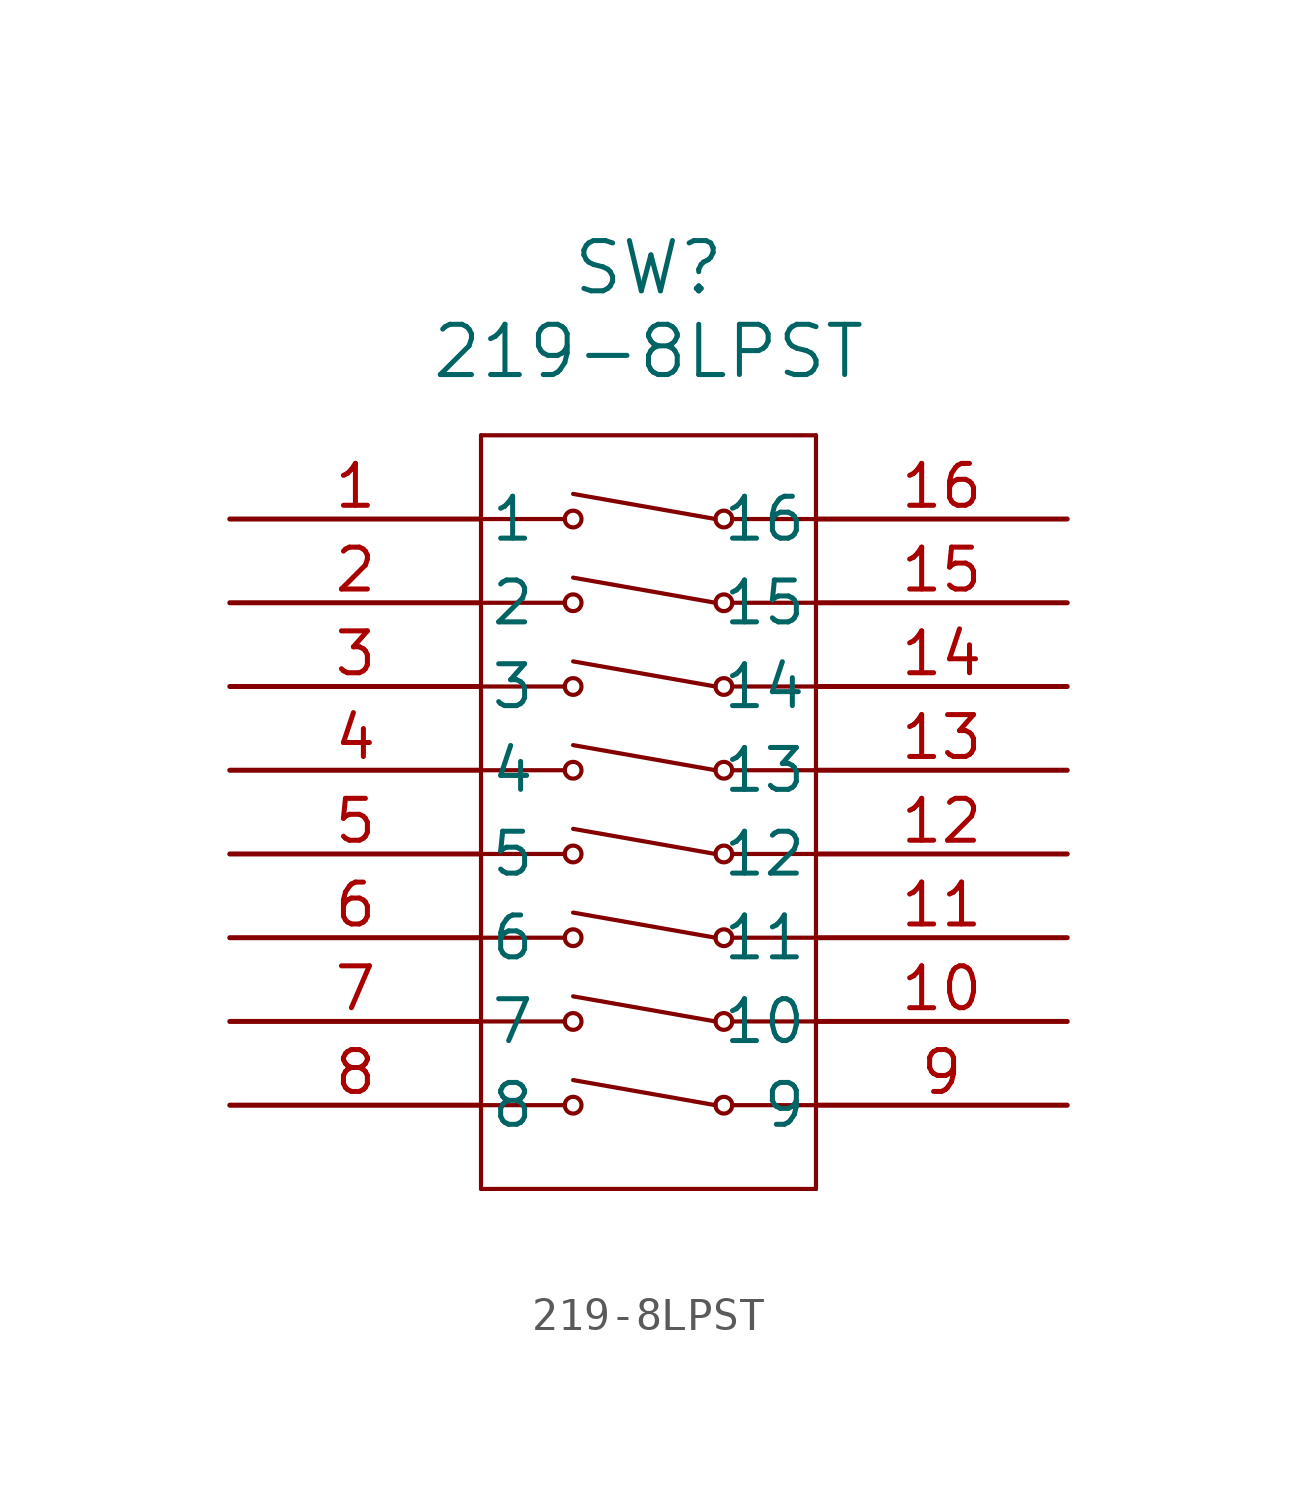
<source format=kicad_sym>
(kicad_symbol_lib
  (version 20211014)
  (generator kicad_symbol_editor)
  (symbol "219-8LPST"
    (pin_names
      (offset 0.254))
    (property "Reference" "SW"
      (at 12.7 7.62 0)
      (effects (font (size 1.524 1.524))))
    (property "Value" "219-8LPST"
      (at 12.7 5.08 0)
      (effects (font (size 1.524 1.524))))
    (symbol "219-8LPST_0_1"
      (polyline (pts (xy 7.62 2.54) (xy 7.62 -20.32)) (stroke (width 0.127) (type default) (color 0 0 0 0)) (fill (type none)))
      (polyline (pts (xy 7.62 0) (xy 10.16 0)) (stroke (width 0.127) (type default) (color 0 0 0 0)) (fill (type none)))
      (polyline (pts (xy 17.78 -20.32) (xy 17.78 2.54)) (stroke (width 0.127) (type default) (color 0 0 0 0)) (fill (type none)))
      (polyline (pts (xy 17.78 2.54) (xy 7.62 2.54)) (stroke (width 0.127) (type default) (color 0 0 0 0)) (fill (type none)))
      (polyline (pts (xy 15.24 0) (xy 17.78 0)) (stroke (width 0.127) (type default) (color 0 0 0 0)) (fill (type none)))
      (circle (center 10.414 0) (radius 0.254) (stroke (width 0.127) (type default) (color 0 0 0 0)) (fill (type none)))
      (circle (center 14.986 0) (radius 0.254) (stroke (width 0.127) (type default) (color 0 0 0 0)) (fill (type none)))
      (polyline (pts (xy 14.732 0) (xy 10.414 0.762)) (stroke (width 0.127) (type default) (color 0 0 0 0)) (fill (type none)))
      (polyline (pts (xy 7.62 -20.32) (xy 17.78 -20.32)) (stroke (width 0.127) (type default) (color 0 0 0 0)) (fill (type none)))
      (polyline (pts (xy 7.62 -2.54) (xy 10.16 -2.54)) (stroke (width 0.127) (type default) (color 0 0 0 0)) (fill (type none)))
      (polyline (pts (xy 15.24 -2.54) (xy 17.78 -2.54)) (stroke (width 0.127) (type default) (color 0 0 0 0)) (fill (type none)))
      (circle (center 10.414 -2.54) (radius 0.254) (stroke (width 0.127) (type default) (color 0 0 0 0)) (fill (type none)))
      (circle (center 14.986 -2.54) (radius 0.254) (stroke (width 0.127) (type default) (color 0 0 0 0)) (fill (type none)))
      (polyline (pts (xy 14.732 -2.54) (xy 10.414 -1.778)) (stroke (width 0.127) (type default) (color 0 0 0 0)) (fill (type none)))
      (polyline (pts (xy 7.62 -5.08) (xy 10.16 -5.08)) (stroke (width 0.127) (type default) (color 0 0 0 0)) (fill (type none)))
      (polyline (pts (xy 15.24 -5.08) (xy 17.78 -5.08)) (stroke (width 0.127) (type default) (color 0 0 0 0)) (fill (type none)))
      (circle (center 10.414 -5.08) (radius 0.254) (stroke (width 0.127) (type default) (color 0 0 0 0)) (fill (type none)))
      (circle (center 14.986 -5.08) (radius 0.254) (stroke (width 0.127) (type default) (color 0 0 0 0)) (fill (type none)))
      (polyline (pts (xy 14.732 -5.08) (xy 10.414 -4.318)) (stroke (width 0.127) (type default) (color 0 0 0 0)) (fill (type none)))
      (polyline (pts (xy 7.62 -7.62) (xy 10.16 -7.62)) (stroke (width 0.127) (type default) (color 0 0 0 0)) (fill (type none)))
      (polyline (pts (xy 15.24 -7.62) (xy 17.78 -7.62)) (stroke (width 0.127) (type default) (color 0 0 0 0)) (fill (type none)))
      (circle (center 10.414 -7.62) (radius 0.254) (stroke (width 0.127) (type default) (color 0 0 0 0)) (fill (type none)))
      (circle (center 14.986 -7.62) (radius 0.254) (stroke (width 0.127) (type default) (color 0 0 0 0)) (fill (type none)))
      (polyline (pts (xy 14.732 -7.62) (xy 10.414 -6.858)) (stroke (width 0.127) (type default) (color 0 0 0 0)) (fill (type none)))
      (polyline (pts (xy 7.62 -10.16) (xy 10.16 -10.16)) (stroke (width 0.127) (type default) (color 0 0 0 0)) (fill (type none)))
      (polyline (pts (xy 15.24 -10.16) (xy 17.78 -10.16)) (stroke (width 0.127) (type default) (color 0 0 0 0)) (fill (type none)))
      (circle (center 10.414 -10.16) (radius 0.254) (stroke (width 0.127) (type default) (color 0 0 0 0)) (fill (type none)))
      (circle (center 14.986 -10.16) (radius 0.254) (stroke (width 0.127) (type default) (color 0 0 0 0)) (fill (type none)))
      (polyline (pts (xy 14.732 -10.16) (xy 10.414 -9.398)) (stroke (width 0.127) (type default) (color 0 0 0 0)) (fill (type none)))
      (polyline (pts (xy 7.62 -12.7) (xy 10.16 -12.7)) (stroke (width 0.127) (type default) (color 0 0 0 0)) (fill (type none)))
      (polyline (pts (xy 15.24 -12.7) (xy 17.78 -12.7)) (stroke (width 0.127) (type default) (color 0 0 0 0)) (fill (type none)))
      (circle (center 10.414 -12.7) (radius 0.254) (stroke (width 0.127) (type default) (color 0 0 0 0)) (fill (type none)))
      (circle (center 14.986 -12.7) (radius 0.254) (stroke (width 0.127) (type default) (color 0 0 0 0)) (fill (type none)))
      (polyline (pts (xy 14.732 -12.7) (xy 10.414 -11.938)) (stroke (width 0.127) (type default) (color 0 0 0 0)) (fill (type none)))
      (polyline (pts (xy 7.62 -15.24) (xy 10.16 -15.24)) (stroke (width 0.127) (type default) (color 0 0 0 0)) (fill (type none)))
      (polyline (pts (xy 15.24 -15.24) (xy 17.78 -15.24)) (stroke (width 0.127) (type default) (color 0 0 0 0)) (fill (type none)))
      (circle (center 10.414 -15.24) (radius 0.254) (stroke (width 0.127) (type default) (color 0 0 0 0)) (fill (type none)))
      (circle (center 14.986 -15.24) (radius 0.254) (stroke (width 0.127) (type default) (color 0 0 0 0)) (fill (type none)))
      (polyline (pts (xy 14.732 -15.24) (xy 10.414 -14.478)) (stroke (width 0.127) (type default) (color 0 0 0 0)) (fill (type none)))
      (polyline (pts (xy 7.62 -17.78) (xy 10.16 -17.78)) (stroke (width 0.127) (type default) (color 0 0 0 0)) (fill (type none)))
      (polyline (pts (xy 15.24 -17.78) (xy 17.78 -17.78)) (stroke (width 0.127) (type default) (color 0 0 0 0)) (fill (type none)))
      (circle (center 10.414 -17.78) (radius 0.254) (stroke (width 0.127) (type default) (color 0 0 0 0)) (fill (type none)))
      (circle (center 14.986 -17.78) (radius 0.254) (stroke (width 0.127) (type default) (color 0 0 0 0)) (fill (type none)))
      (polyline (pts (xy 14.732 -17.78) (xy 10.414 -17.018)) (stroke (width 0.127) (type default) (color 0 0 0 0)) (fill (type none)))
      (pin unspecified line (at 0 0 0) (length 7.62) (name "1" (effects (font (size 1.27 1.27)))) (number "1" (effects (font (size 1.27 1.27)))))
      (pin unspecified line (at 0 -2.54 0) (length 7.62) (name "2" (effects (font (size 1.27 1.27)))) (number "2" (effects (font (size 1.27 1.27)))))
      (pin unspecified line (at 0 -5.08 0) (length 7.62) (name "3" (effects (font (size 1.27 1.27)))) (number "3" (effects (font (size 1.27 1.27)))))
      (pin unspecified line (at 0 -7.62 0) (length 7.62) (name "4" (effects (font (size 1.27 1.27)))) (number "4" (effects (font (size 1.27 1.27)))))
      (pin unspecified line (at 0 -10.16 0) (length 7.62) (name "5" (effects (font (size 1.27 1.27)))) (number "5" (effects (font (size 1.27 1.27)))))
      (pin unspecified line (at 0 -12.7 0) (length 7.62) (name "6" (effects (font (size 1.27 1.27)))) (number "6" (effects (font (size 1.27 1.27)))))
      (pin unspecified line (at 0 -15.24 0) (length 7.62) (name "7" (effects (font (size 1.27 1.27)))) (number "7" (effects (font (size 1.27 1.27)))))
      (pin unspecified line (at 0 -17.78 0) (length 7.62) (name "8" (effects (font (size 1.27 1.27)))) (number "8" (effects (font (size 1.27 1.27)))))
      (pin unspecified line (at 25.4 -17.78 180) (length 7.62) (name "9" (effects (font (size 1.27 1.27)))) (number "9" (effects (font (size 1.27 1.27)))))
      (pin unspecified line (at 25.4 -15.24 180) (length 7.62) (name "10" (effects (font (size 1.27 1.27)))) (number "10" (effects (font (size 1.27 1.27)))))
      (pin unspecified line (at 25.4 -12.7 180) (length 7.62) (name "11" (effects (font (size 1.27 1.27)))) (number "11" (effects (font (size 1.27 1.27)))))
      (pin unspecified line (at 25.4 -10.16 180) (length 7.62) (name "12" (effects (font (size 1.27 1.27)))) (number "12" (effects (font (size 1.27 1.27)))))
      (pin unspecified line (at 25.4 -7.62 180) (length 7.62) (name "13" (effects (font (size 1.27 1.27)))) (number "13" (effects (font (size 1.27 1.27)))))
      (pin unspecified line (at 25.4 -5.08 180) (length 7.62) (name "14" (effects (font (size 1.27 1.27)))) (number "14" (effects (font (size 1.27 1.27)))))
      (pin unspecified line (at 25.4 -2.54 180) (length 7.62) (name "15" (effects (font (size 1.27 1.27)))) (number "15" (effects (font (size 1.27 1.27)))))
      (pin unspecified line (at 25.4 0 180) (length 7.62) (name "16" (effects (font (size 1.27 1.27)))) (number "16" (effects (font (size 1.27 1.27))))))))
</source>
